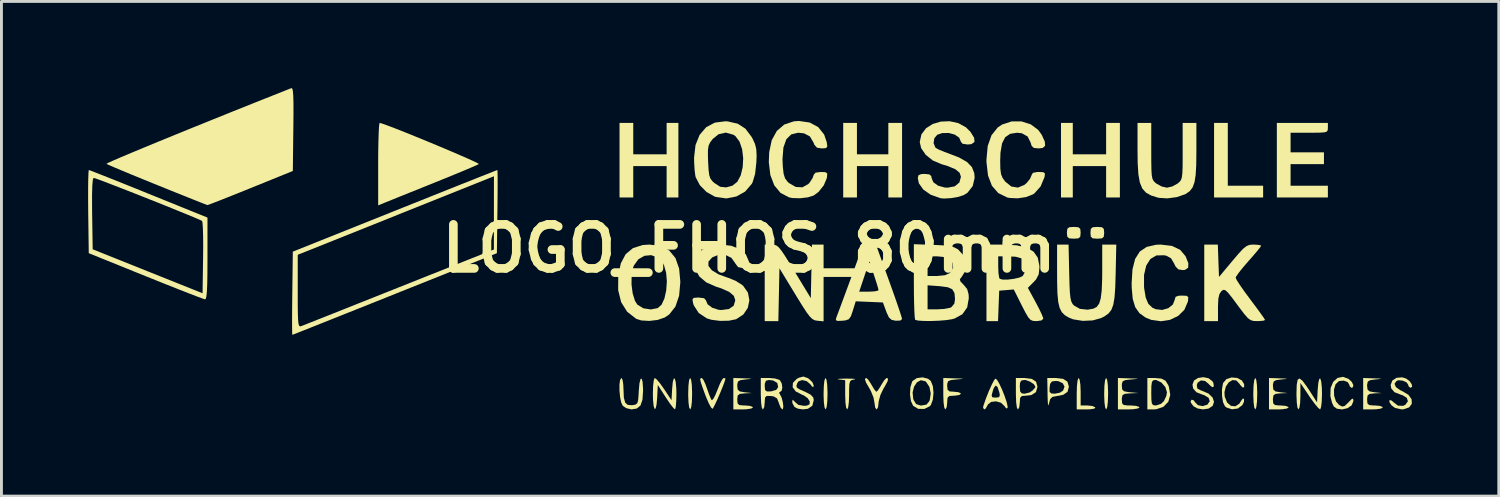
<source format=kicad_pcb>
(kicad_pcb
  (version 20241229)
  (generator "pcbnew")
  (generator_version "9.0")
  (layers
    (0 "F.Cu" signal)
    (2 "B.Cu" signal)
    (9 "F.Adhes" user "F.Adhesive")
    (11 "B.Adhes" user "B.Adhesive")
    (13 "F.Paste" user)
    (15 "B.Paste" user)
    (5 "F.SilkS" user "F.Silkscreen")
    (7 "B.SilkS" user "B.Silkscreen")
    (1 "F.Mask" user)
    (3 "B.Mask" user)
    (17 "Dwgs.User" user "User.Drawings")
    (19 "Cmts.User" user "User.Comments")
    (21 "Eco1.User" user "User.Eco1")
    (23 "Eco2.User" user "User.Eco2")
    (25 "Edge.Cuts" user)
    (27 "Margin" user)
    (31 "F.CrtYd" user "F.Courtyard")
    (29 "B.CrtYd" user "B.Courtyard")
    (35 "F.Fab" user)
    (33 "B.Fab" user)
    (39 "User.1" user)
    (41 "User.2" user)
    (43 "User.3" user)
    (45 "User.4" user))
  (footprint "LOGO_FHOS_80mm"
    (layer "F.Cu")
    (at 22.875 5.551)
    (property "Reference" "LOGO_FHOS_80mm" (at 0 0 0) (layer "F.SilkS") (effects (font (size 1.524 1.524) (thickness 0.3))))
    (attr board_only exclude_from_pos_files exclude_from_bom)
    (fp_poly (pts (xy 16.571 -2.173) (xy 17.794 -2.173) (xy 17.794 -1.766) (xy 16.096 -1.766) (xy 16.096 -4.347) (xy 16.571 -4.347)) (stroke (width 0) (type solid)) (fill yes) (layer "F.SilkS"))
    (fp_poly (pts (xy -4.007 -3.26) (xy -2.852 -3.26) (xy -2.852 -4.347) (xy -2.445 -4.347) (xy -2.445 -1.766) (xy -2.852 -1.766) (xy -2.852 -2.852) (xy -4.007 -2.852) (xy -4.007 -1.766) (xy -4.482 -1.766) (xy -4.482 -4.347) (xy -4.007 -4.347)) (stroke (width 0) (type solid)) (fill yes) (layer "F.SilkS"))
    (fp_poly (pts (xy 3.735 -3.26) (xy 4.822 -3.26) (xy 4.822 -4.347) (xy 5.297 -4.347) (xy 5.297 -1.766) (xy 4.822 -1.766) (xy 4.822 -2.852) (xy 3.735 -2.852) (xy 3.735 -1.766) (xy 3.26 -1.766) (xy 3.26 -4.347) (xy 3.735 -4.347)) (stroke (width 0) (type solid)) (fill yes) (layer "F.SilkS"))
    (fp_poly (pts (xy 11.206 -3.26) (xy 12.36 -3.26) (xy 12.36 -4.347) (xy 12.836 -4.347) (xy 12.836 -1.766) (xy 12.36 -1.766) (xy 12.36 -2.852) (xy 11.206 -2.852) (xy 11.206 -1.766) (xy 10.798 -1.766) (xy 10.798 -4.347) (xy 11.206 -4.347)) (stroke (width 0) (type solid)) (fill yes) (layer "F.SilkS"))
    (fp_poly (pts (xy 11.4 -0.736) (xy 11.465 -0.678) (xy 11.478 -0.543) (xy 11.464 -0.406) (xy 11.397 -0.35) (xy 11.24 -0.34) (xy 11.08 -0.351) (xy 11.015 -0.409) (xy 11.002 -0.543) (xy 11.015 -0.68) (xy 11.083 -0.736) (xy 11.24 -0.747)) (stroke (width 0) (type solid)) (fill yes) (layer "F.SilkS"))
    (fp_poly (pts (xy 12.215 -0.736) (xy 12.28 -0.678) (xy 12.293 -0.543) (xy 12.279 -0.406) (xy 12.212 -0.35) (xy 12.055 -0.34) (xy 11.895 -0.351) (xy 11.83 -0.409) (xy 11.817 -0.543) (xy 11.83 -0.68) (xy 11.898 -0.736) (xy 12.055 -0.747)) (stroke (width 0) (type solid)) (fill yes) (layer "F.SilkS"))
    (fp_poly (pts (xy -2.004 4.546) (xy -1.98 4.719) (xy -1.97 4.977) (xy -1.97 5.026) (xy -1.977 5.295) (xy -1.999 5.484) (xy -2.031 5.567) (xy -2.037 5.569) (xy -2.071 5.505) (xy -2.095 5.332) (xy -2.105 5.074) (xy -2.105 5.026) (xy -2.097 4.757) (xy -2.076 4.568) (xy -2.044 4.484) (xy -2.037 4.482)) (stroke (width 0) (type solid)) (fill yes) (layer "F.SilkS"))
    (fp_poly (pts (xy 2.682 4.546) (xy 2.706 4.719) (xy 2.716 4.977) (xy 2.717 5.026) (xy 2.709 5.295) (xy 2.687 5.484) (xy 2.655 5.567) (xy 2.649 5.569) (xy 2.615 5.505) (xy 2.591 5.332) (xy 2.581 5.074) (xy 2.581 5.026) (xy 2.589 4.757) (xy 2.61 4.568) (xy 2.643 4.484) (xy 2.649 4.482)) (stroke (width 0) (type solid)) (fill yes) (layer "F.SilkS"))
    (fp_poly (pts (xy 12.394 4.546) (xy 12.418 4.719) (xy 12.428 4.977) (xy 12.428 5.026) (xy 12.42 5.295) (xy 12.399 5.484) (xy 12.367 5.567) (xy 12.36 5.569) (xy 12.327 5.505) (xy 12.303 5.332) (xy 12.293 5.074) (xy 12.293 5.026) (xy 12.3 4.757) (xy 12.322 4.568) (xy 12.354 4.484) (xy 12.36 4.482)) (stroke (width 0) (type solid)) (fill yes) (layer "F.SilkS"))
    (fp_poly (pts (xy 17.556 4.546) (xy 17.579 4.719) (xy 17.59 4.977) (xy 17.59 5.026) (xy 17.582 5.295) (xy 17.56 5.484) (xy 17.528 5.567) (xy 17.522 5.569) (xy 17.488 5.505) (xy 17.465 5.332) (xy 17.454 5.074) (xy 17.454 5.026) (xy 17.462 4.757) (xy 17.484 4.568) (xy 17.516 4.484) (xy 17.522 4.482)) (stroke (width 0) (type solid)) (fill yes) (layer "F.SilkS"))
    (fp_poly (pts (xy 11.444 4.545) (xy 11.469 4.714) (xy 11.478 4.957) (xy 11.478 5.433) (xy 11.711 5.433) (xy 11.88 5.451) (xy 11.982 5.495) (xy 11.987 5.501) (xy 11.953 5.543) (xy 11.802 5.566) (xy 11.685 5.569) (xy 11.342 5.569) (xy 11.342 5.026) (xy 11.35 4.757) (xy 11.371 4.568) (xy 11.404 4.484) (xy 11.41 4.482)) (stroke (width 0) (type solid)) (fill yes) (layer "F.SilkS"))
    (fp_poly (pts (xy 20.035 -4.177) (xy 20.03 -4.098) (xy 20 -4.048) (xy 19.918 -4.021) (xy 19.76 -4.01) (xy 19.499 -4.007) (xy 19.39 -4.007) (xy 18.744 -4.007) (xy 18.744 -3.328) (xy 19.899 -3.328) (xy 19.899 -2.92) (xy 18.744 -2.92) (xy 18.744 -2.173) (xy 20.035 -2.173) (xy 20.035 -1.766) (xy 18.269 -1.766) (xy 18.269 -4.347) (xy 20.035 -4.347)) (stroke (width 0) (type solid)) (fill yes) (layer "F.SilkS"))
    (fp_poly (pts (xy 3.565 4.506) (xy 3.673 4.515) (xy 3.667 4.528) (xy 3.65 4.531) (xy 3.555 4.551) (xy 3.499 4.596) (xy 3.473 4.695) (xy 3.464 4.88) (xy 3.464 5.064) (xy 3.455 5.319) (xy 3.432 5.497) (xy 3.399 5.569) (xy 3.396 5.569) (xy 3.361 5.506) (xy 3.338 5.335) (xy 3.328 5.085) (xy 3.328 5.064) (xy 3.328 4.559) (xy 3.107 4.531) (xy 3.06 4.518) (xy 3.132 4.509) (xy 3.308 4.504) (xy 3.362 4.503)) (stroke (width 0) (type solid)) (fill yes) (layer "F.SilkS"))
    (fp_poly (pts (xy 0.868 -0.131) (xy 0.945 -0.107) (xy 1.024 -0.045) (xy 1.119 0.07) (xy 1.245 0.256) (xy 1.415 0.529) (xy 1.575 0.791) (xy 2.139 1.718) (xy 2.158 0.791) (xy 2.177 -0.136) (xy 2.581 -0.136) (xy 2.581 2.521) (xy 2.363 2.5) (xy 2.274 2.484) (xy 2.192 2.441) (xy 2.103 2.355) (xy 1.992 2.208) (xy 1.845 1.982) (xy 1.646 1.66) (xy 1.599 1.582) (xy 1.053 0.685) (xy 1.034 1.599) (xy 1.015 2.513) (xy 0.543 2.513) (xy 0.543 -0.136) (xy 0.777 -0.136)) (stroke (width 0) (type solid)) (fill yes) (layer "F.SilkS"))
    (fp_poly (pts (xy -0.816 4.497) (xy -0.815 4.5) (xy -0.84 4.595) (xy -0.905 4.769) (xy -0.993 4.985) (xy -1.089 5.208) (xy -1.178 5.399) (xy -1.243 5.523) (xy -1.265 5.549) (xy -1.316 5.5) (xy -1.396 5.352) (xy -1.489 5.134) (xy -1.513 5.072) (xy -1.614 4.795) (xy -1.671 4.622) (xy -1.69 4.528) (xy -1.675 4.49) (xy -1.635 4.482) (xy -1.582 4.541) (xy -1.51 4.694) (xy -1.457 4.839) (xy -1.384 5.047) (xy -1.321 5.2) (xy -1.292 5.25) (xy -1.246 5.22) (xy -1.174 5.09) (xy -1.093 4.893) (xy -1.007 4.682) (xy -0.929 4.534) (xy -0.879 4.482)) (stroke (width 0) (type solid)) (fill yes) (layer "F.SilkS"))
    (fp_poly (pts (xy -0.187 4.494) (xy 0.011 4.502) (xy 0.079 4.509) (xy 0.024 4.519) (xy -0.119 4.532) (xy -0.3 4.557) (xy -0.384 4.606) (xy -0.407 4.71) (xy -0.407 4.754) (xy -0.392 4.884) (xy -0.321 4.947) (xy -0.153 4.976) (xy -0.153 4.976) (xy 0.102 5.003) (xy -0.153 5.014) (xy -0.32 5.032) (xy -0.392 5.087) (xy -0.407 5.214) (xy -0.407 5.229) (xy -0.397 5.36) (xy -0.339 5.418) (xy -0.194 5.433) (xy -0.136 5.433) (xy 0.034 5.448) (xy 0.129 5.486) (xy 0.136 5.501) (xy 0.075 5.54) (xy -0.081 5.564) (xy -0.204 5.569) (xy -0.543 5.569) (xy -0.543 4.482)) (stroke (width 0) (type solid)) (fill yes) (layer "F.SilkS"))
    (fp_poly (pts (xy 7.114 4.495) (xy 7.328 4.502) (xy 7.411 4.508) (xy 7.37 4.516) (xy 7.211 4.53) (xy 7.182 4.532) (xy 6.987 4.554) (xy 6.892 4.594) (xy 6.862 4.679) (xy 6.859 4.758) (xy 6.873 4.892) (xy 6.941 4.947) (xy 7.097 4.958) (xy 7.254 4.975) (xy 7.333 5.017) (xy 7.335 5.026) (xy 7.275 5.071) (xy 7.128 5.093) (xy 7.097 5.094) (xy 6.938 5.104) (xy 6.872 5.163) (xy 6.859 5.313) (xy 6.859 5.331) (xy 6.842 5.488) (xy 6.8 5.567) (xy 6.791 5.569) (xy 6.758 5.505) (xy 6.734 5.332) (xy 6.724 5.074) (xy 6.724 5.026) (xy 6.724 4.482)) (stroke (width 0) (type solid)) (fill yes) (layer "F.SilkS"))
    (fp_poly (pts (xy 10.873 4.512) (xy 11.02 4.608) (xy 11.07 4.778) (xy 11.07 4.793) (xy 11.024 4.961) (xy 10.877 5.063) (xy 10.662 5.105) (xy 10.498 5.137) (xy 10.42 5.219) (xy 10.383 5.365) (xy 10.361 5.437) (xy 10.345 5.377) (xy 10.335 5.181) (xy 10.332 5.043) (xy 10.331 4.956) (xy 10.401 4.956) (xy 10.456 5.016) (xy 10.582 5.026) (xy 10.758 4.991) (xy 10.871 4.918) (xy 10.92 4.781) (xy 10.857 4.662) (xy 10.705 4.592) (xy 10.621 4.584) (xy 10.483 4.602) (xy 10.422 4.685) (xy 10.404 4.805) (xy 10.401 4.956) (xy 10.331 4.956) (xy 10.323 4.482) (xy 10.615 4.482)) (stroke (width 0) (type solid)) (fill yes) (layer "F.SilkS"))
    (fp_poly (pts (xy 18.354 4.494) (xy 18.552 4.502) (xy 18.62 4.509) (xy 18.564 4.519) (xy 18.422 4.532) (xy 18.24 4.557) (xy 18.157 4.606) (xy 18.134 4.71) (xy 18.133 4.754) (xy 18.148 4.884) (xy 18.22 4.947) (xy 18.388 4.976) (xy 18.388 4.976) (xy 18.643 5.003) (xy 18.388 5.014) (xy 18.221 5.032) (xy 18.149 5.087) (xy 18.133 5.214) (xy 18.133 5.229) (xy 18.144 5.36) (xy 18.202 5.418) (xy 18.346 5.433) (xy 18.405 5.433) (xy 18.575 5.448) (xy 18.67 5.486) (xy 18.676 5.501) (xy 18.615 5.54) (xy 18.459 5.564) (xy 18.337 5.569) (xy 17.997 5.569) (xy 17.997 4.482)) (stroke (width 0) (type solid)) (fill yes) (layer "F.SilkS"))
    (fp_poly (pts (xy 19.157 4.579) (xy 19.31 4.785) (xy 19.39 4.906) (xy 19.661 5.328) (xy 19.681 4.905) (xy 19.705 4.644) (xy 19.738 4.512) (xy 19.774 4.502) (xy 19.806 4.611) (xy 19.827 4.832) (xy 19.831 5.026) (xy 19.823 5.287) (xy 19.802 5.477) (xy 19.772 5.566) (xy 19.765 5.569) (xy 19.698 5.516) (xy 19.581 5.376) (xy 19.435 5.176) (xy 19.391 5.111) (xy 19.084 4.654) (xy 19.084 5.111) (xy 19.075 5.348) (xy 19.05 5.511) (xy 19.016 5.569) (xy 18.982 5.505) (xy 18.959 5.332) (xy 18.948 5.074) (xy 18.948 5.026) (xy 18.957 4.719) (xy 18.989 4.544) (xy 19.053 4.498)) (stroke (width 0) (type solid)) (fill yes) (layer "F.SilkS"))
    (fp_poly (pts (xy 21.614 4.494) (xy 21.812 4.502) (xy 21.88 4.509) (xy 21.824 4.519) (xy 21.682 4.532) (xy 21.5 4.557) (xy 21.417 4.606) (xy 21.394 4.71) (xy 21.393 4.754) (xy 21.408 4.884) (xy 21.48 4.947) (xy 21.648 4.976) (xy 21.648 4.976) (xy 21.902 5.003) (xy 21.648 5.014) (xy 21.48 5.032) (xy 21.409 5.087) (xy 21.393 5.214) (xy 21.393 5.229) (xy 21.404 5.36) (xy 21.462 5.418) (xy 21.606 5.433) (xy 21.665 5.433) (xy 21.835 5.448) (xy 21.929 5.486) (xy 21.936 5.501) (xy 21.875 5.54) (xy 21.719 5.564) (xy 21.597 5.569) (xy 21.257 5.569) (xy 21.257 4.482)) (stroke (width 0) (type solid)) (fill yes) (layer "F.SilkS"))
    (fp_poly (pts (xy -4.378 4.544) (xy -4.353 4.703) (xy -4.345 4.873) (xy -4.333 5.158) (xy -4.288 5.331) (xy -4.2 5.412) (xy -4.055 5.424) (xy -4.034 5.422) (xy -3.929 5.403) (xy -3.869 5.357) (xy -3.838 5.252) (xy -3.822 5.056) (xy -3.817 4.941) (xy -3.793 4.667) (xy -3.756 4.52) (xy -3.717 4.501) (xy -3.684 4.613) (xy -3.668 4.856) (xy -3.667 4.919) (xy -3.688 5.233) (xy -3.757 5.434) (xy -3.886 5.54) (xy -4.069 5.569) (xy -4.252 5.525) (xy -4.37 5.445) (xy -4.425 5.327) (xy -4.463 5.139) (xy -4.484 4.921) (xy -4.485 4.712) (xy -4.464 4.552) (xy -4.419 4.483) (xy -4.414 4.482)) (stroke (width 0) (type solid)) (fill yes) (layer "F.SilkS"))
    (fp_poly (pts (xy -3.192 4.535) (xy -3.076 4.673) (xy -2.939 4.867) (xy -2.938 4.868) (xy -2.683 5.253) (xy -2.662 4.868) (xy -2.639 4.622) (xy -2.605 4.503) (xy -2.569 4.504) (xy -2.538 4.619) (xy -2.517 4.838) (xy -2.513 5.026) (xy -2.519 5.278) (xy -2.534 5.468) (xy -2.557 5.563) (xy -2.564 5.568) (xy -2.623 5.515) (xy -2.731 5.375) (xy -2.866 5.176) (xy -2.886 5.145) (xy -3.158 4.723) (xy -3.178 5.146) (xy -3.201 5.407) (xy -3.234 5.54) (xy -3.271 5.549) (xy -3.303 5.44) (xy -3.324 5.22) (xy -3.328 5.026) (xy -3.32 4.76) (xy -3.299 4.571) (xy -3.267 4.485) (xy -3.261 4.482)) (stroke (width 0) (type solid)) (fill yes) (layer "F.SilkS"))
    (fp_poly (pts (xy 4.814 4.507) (xy 4.796 4.594) (xy 4.706 4.763) (xy 4.65 4.856) (xy 4.547 5.072) (xy 4.488 5.288) (xy 4.483 5.348) (xy 4.464 5.499) (xy 4.42 5.568) (xy 4.414 5.569) (xy 4.368 5.51) (xy 4.345 5.365) (xy 4.344 5.348) (xy 4.307 5.152) (xy 4.215 4.927) (xy 4.175 4.856) (xy 4.055 4.648) (xy 4.012 4.53) (xy 4.039 4.485) (xy 4.059 4.482) (xy 4.122 4.536) (xy 4.212 4.671) (xy 4.24 4.72) (xy 4.33 4.87) (xy 4.398 4.953) (xy 4.41 4.958) (xy 4.465 4.904) (xy 4.552 4.77) (xy 4.579 4.72) (xy 4.674 4.569) (xy 4.75 4.487) (xy 4.765 4.482)) (stroke (width 0) (type solid)) (fill yes) (layer "F.SilkS"))
    (fp_poly (pts (xy 13.158 4.495) (xy 13.372 4.502) (xy 13.456 4.508) (xy 13.415 4.516) (xy 13.255 4.53) (xy 13.226 4.532) (xy 13.032 4.554) (xy 12.937 4.594) (xy 12.906 4.679) (xy 12.904 4.754) (xy 12.916 4.878) (xy 12.978 4.941) (xy 13.127 4.97) (xy 13.192 4.976) (xy 13.481 5.002) (xy 13.192 5.014) (xy 13.011 5.029) (xy 12.928 5.072) (xy 12.905 5.172) (xy 12.904 5.229) (xy 12.913 5.355) (xy 12.964 5.414) (xy 13.094 5.432) (xy 13.209 5.433) (xy 13.392 5.447) (xy 13.501 5.481) (xy 13.515 5.501) (xy 13.454 5.538) (xy 13.295 5.563) (xy 13.141 5.569) (xy 12.768 5.569) (xy 12.768 4.482)) (stroke (width 0) (type solid)) (fill yes) (layer "F.SilkS"))
    (fp_poly (pts (xy 14.041 4.483) (xy 14.273 4.503) (xy 14.415 4.576) (xy 14.51 4.729) (xy 14.532 4.784) (xy 14.58 5.065) (xy 14.512 5.305) (xy 14.344 5.479) (xy 14.092 5.564) (xy 14.009 5.569) (xy 13.787 5.569) (xy 13.787 4.992) (xy 13.922 4.992) (xy 13.926 5.229) (xy 13.943 5.361) (xy 13.985 5.419) (xy 14.064 5.433) (xy 14.088 5.433) (xy 14.258 5.377) (xy 14.36 5.282) (xy 14.442 5.108) (xy 14.466 4.977) (xy 14.41 4.796) (xy 14.273 4.639) (xy 14.101 4.554) (xy 14.058 4.55) (xy 13.985 4.564) (xy 13.944 4.625) (xy 13.926 4.764) (xy 13.922 4.992) (xy 13.787 4.992) (xy 13.787 4.482)) (stroke (width 0) (type solid)) (fill yes) (layer "F.SilkS"))
    (fp_poly (pts (xy -12.695 -4.322) (xy -12.504 -4.254) (xy -12.234 -4.151) (xy -11.902 -4.02) (xy -11.529 -3.869) (xy -11.133 -3.707) (xy -10.734 -3.541) (xy -10.352 -3.38) (xy -10.005 -3.231) (xy -9.713 -3.103) (xy -9.495 -3.004) (xy -9.371 -2.941) (xy -9.351 -2.923) (xy -9.427 -2.885) (xy -9.611 -2.805) (xy -9.885 -2.689) (xy -10.231 -2.546) (xy -10.629 -2.384) (xy -10.9 -2.274) (xy -11.335 -2.099) (xy -11.739 -1.937) (xy -12.092 -1.795) (xy -12.372 -1.681) (xy -12.559 -1.606) (xy -12.615 -1.583) (xy -12.836 -1.492) (xy -12.836 -2.919) (xy -12.834 -3.343) (xy -12.827 -3.717) (xy -12.817 -4.021) (xy -12.805 -4.235) (xy -12.79 -4.34) (xy -12.785 -4.347)) (stroke (width 0) (type solid)) (fill yes) (layer "F.SilkS"))
    (fp_poly (pts (xy 16.894 4.48) (xy 17.057 4.566) (xy 17.136 4.694) (xy 17.138 4.802) (xy 17.081 4.809) (xy 16.997 4.718) (xy 16.979 4.686) (xy 16.864 4.566) (xy 16.731 4.555) (xy 16.603 4.633) (xy 16.503 4.779) (xy 16.455 4.975) (xy 16.464 5.125) (xy 16.547 5.331) (xy 16.68 5.446) (xy 16.832 5.462) (xy 16.971 5.371) (xy 17.027 5.279) (xy 17.09 5.194) (xy 17.134 5.205) (xy 17.131 5.307) (xy 17.074 5.422) (xy 16.919 5.538) (xy 16.717 5.566) (xy 16.524 5.503) (xy 16.474 5.462) (xy 16.408 5.326) (xy 16.372 5.111) (xy 16.369 4.874) (xy 16.404 4.671) (xy 16.411 4.652) (xy 16.524 4.52) (xy 16.701 4.464)) (stroke (width 0) (type solid)) (fill yes) (layer "F.SilkS"))
    (fp_poly (pts (xy 6.197 4.508) (xy 6.292 4.586) (xy 6.363 4.764) (xy 6.385 4.999) (xy 6.362 5.235) (xy 6.294 5.416) (xy 6.26 5.457) (xy 6.066 5.554) (xy 5.854 5.549) (xy 5.681 5.445) (xy 5.604 5.281) (xy 5.571 5.048) (xy 5.575 4.982) (xy 5.662 4.982) (xy 5.682 5.198) (xy 5.698 5.246) (xy 5.785 5.386) (xy 5.93 5.432) (xy 5.976 5.433) (xy 6.143 5.403) (xy 6.238 5.288) (xy 6.255 5.246) (xy 6.289 5.018) (xy 6.243 4.789) (xy 6.129 4.617) (xy 6.095 4.592) (xy 5.945 4.559) (xy 5.811 4.633) (xy 5.711 4.784) (xy 5.662 4.982) (xy 5.575 4.982) (xy 5.585 4.804) (xy 5.645 4.611) (xy 5.661 4.586) (xy 5.808 4.486) (xy 6.007 4.46)) (stroke (width 0) (type solid)) (fill yes) (layer "F.SilkS"))
    (fp_poly (pts (xy 20.751 4.512) (xy 20.865 4.62) (xy 20.918 4.733) (xy 20.895 4.81) (xy 20.85 4.822) (xy 20.789 4.767) (xy 20.782 4.725) (xy 20.724 4.626) (xy 20.588 4.573) (xy 20.427 4.587) (xy 20.417 4.59) (xy 20.301 4.699) (xy 20.246 4.884) (xy 20.251 5.097) (xy 20.315 5.293) (xy 20.423 5.415) (xy 20.53 5.471) (xy 20.618 5.45) (xy 20.736 5.338) (xy 20.745 5.328) (xy 20.857 5.213) (xy 20.906 5.194) (xy 20.918 5.263) (xy 20.918 5.285) (xy 20.859 5.428) (xy 20.714 5.527) (xy 20.529 5.57) (xy 20.348 5.545) (xy 20.241 5.47) (xy 20.179 5.34) (xy 20.129 5.146) (xy 20.122 5.098) (xy 20.13 4.828) (xy 20.22 4.615) (xy 20.37 4.48) (xy 20.559 4.442)) (stroke (width 0) (type solid)) (fill yes) (layer "F.SilkS"))
    (fp_poly (pts (xy 8.586 4.549) (xy 8.667 4.689) (xy 8.759 4.886) (xy 8.846 5.105) (xy 8.915 5.31) (xy 8.95 5.464) (xy 8.948 5.517) (xy 8.902 5.537) (xy 8.838 5.45) (xy 8.718 5.337) (xy 8.549 5.29) (xy 8.381 5.31) (xy 8.266 5.4) (xy 8.252 5.433) (xy 8.189 5.543) (xy 8.141 5.569) (xy 8.101 5.517) (xy 8.111 5.448) (xy 8.202 5.185) (xy 8.244 5.079) (xy 8.398 5.079) (xy 8.415 5.146) (xy 8.507 5.161) (xy 8.537 5.161) (xy 8.655 5.146) (xy 8.681 5.071) (xy 8.662 4.975) (xy 8.6 4.79) (xy 8.538 4.741) (xy 8.473 4.827) (xy 8.44 4.922) (xy 8.398 5.079) (xy 8.244 5.079) (xy 8.305 4.926) (xy 8.405 4.705) (xy 8.487 4.552) (xy 8.531 4.502)) (stroke (width 0) (type solid)) (fill yes) (layer "F.SilkS"))
    (fp_poly (pts (xy 9.787 4.513) (xy 9.934 4.609) (xy 9.983 4.779) (xy 9.983 4.788) (xy 9.93 4.973) (xy 9.77 5.073) (xy 9.596 5.094) (xy 9.446 5.105) (xy 9.384 5.167) (xy 9.372 5.321) (xy 9.372 5.331) (xy 9.355 5.488) (xy 9.313 5.567) (xy 9.304 5.569) (xy 9.271 5.505) (xy 9.247 5.332) (xy 9.237 5.074) (xy 9.236 5.026) (xy 9.236 4.788) (xy 9.372 4.788) (xy 9.385 4.949) (xy 9.442 5.015) (xy 9.537 5.026) (xy 9.712 4.983) (xy 9.809 4.919) (xy 9.893 4.825) (xy 9.916 4.788) (xy 9.859 4.698) (xy 9.728 4.608) (xy 9.579 4.554) (xy 9.537 4.55) (xy 9.425 4.569) (xy 9.38 4.651) (xy 9.372 4.788) (xy 9.236 4.788) (xy 9.236 4.482) (xy 9.528 4.482)) (stroke (width 0) (type solid)) (fill yes) (layer "F.SilkS"))
    (fp_poly (pts (xy 11.082 0.847) (xy 11.092 1.237) (xy 11.105 1.515) (xy 11.125 1.704) (xy 11.153 1.829) (xy 11.195 1.913) (xy 11.246 1.972) (xy 11.452 2.089) (xy 11.72 2.118) (xy 11.926 2.08) (xy 12.037 2.019) (xy 12.119 1.906) (xy 12.174 1.723) (xy 12.207 1.451) (xy 12.222 1.073) (xy 12.225 0.778) (xy 12.225 -0.136) (xy 12.712 -0.136) (xy 12.689 0.9) (xy 12.675 1.356) (xy 12.65 1.697) (xy 12.608 1.945) (xy 12.542 2.122) (xy 12.444 2.248) (xy 12.308 2.346) (xy 12.193 2.405) (xy 11.898 2.489) (xy 11.554 2.505) (xy 11.226 2.453) (xy 11.084 2.399) (xy 10.935 2.312) (xy 10.826 2.204) (xy 10.75 2.055) (xy 10.701 1.844) (xy 10.674 1.549) (xy 10.664 1.151) (xy 10.663 0.886) (xy 10.663 -0.136) (xy 11.06 -0.136)) (stroke (width 0) (type solid)) (fill yes) (layer "F.SilkS"))
    (fp_poly (pts (xy 22.739 4.499) (xy 22.861 4.588) (xy 22.937 4.698) (xy 22.951 4.789) (xy 22.892 4.822) (xy 22.827 4.767) (xy 22.819 4.721) (xy 22.762 4.635) (xy 22.629 4.574) (xy 22.482 4.56) (xy 22.416 4.582) (xy 22.342 4.681) (xy 22.389 4.796) (xy 22.543 4.907) (xy 22.617 4.94) (xy 22.826 5.067) (xy 22.934 5.221) (xy 22.94 5.376) (xy 22.847 5.5) (xy 22.656 5.565) (xy 22.584 5.569) (xy 22.362 5.519) (xy 22.242 5.433) (xy 22.166 5.319) (xy 22.164 5.251) (xy 22.236 5.258) (xy 22.294 5.31) (xy 22.461 5.439) (xy 22.64 5.446) (xy 22.722 5.404) (xy 22.805 5.287) (xy 22.767 5.169) (xy 22.621 5.078) (xy 22.57 5.063) (xy 22.341 4.974) (xy 22.228 4.842) (xy 22.208 4.723) (xy 22.266 4.57) (xy 22.411 4.476) (xy 22.604 4.459)) (stroke (width 0) (type solid)) (fill yes) (layer "F.SilkS"))
    (fp_poly (pts (xy 15.902 4.49) (xy 16.038 4.593) (xy 16.072 4.654) (xy 16.089 4.775) (xy 16.033 4.8) (xy 15.937 4.72) (xy 15.918 4.695) (xy 15.785 4.584) (xy 15.64 4.567) (xy 15.529 4.642) (xy 15.498 4.729) (xy 15.518 4.846) (xy 15.64 4.913) (xy 15.668 4.921) (xy 15.902 5.02) (xy 16.045 5.158) (xy 16.094 5.309) (xy 16.048 5.446) (xy 15.904 5.541) (xy 15.713 5.569) (xy 15.525 5.537) (xy 15.387 5.462) (xy 15.302 5.351) (xy 15.281 5.292) (xy 15.319 5.232) (xy 15.394 5.257) (xy 15.438 5.322) (xy 15.539 5.423) (xy 15.701 5.455) (xy 15.86 5.406) (xy 15.866 5.402) (xy 15.946 5.286) (xy 15.907 5.169) (xy 15.761 5.078) (xy 15.711 5.063) (xy 15.484 4.975) (xy 15.371 4.845) (xy 15.349 4.71) (xy 15.404 4.567) (xy 15.543 4.481) (xy 15.723 4.454)) (stroke (width 0) (type solid)) (fill yes) (layer "F.SilkS"))
    (fp_poly (pts (xy -15.811 -5.536) (xy -15.789 -5.457) (xy -15.775 -5.3) (xy -15.768 -5.051) (xy -15.767 -4.697) (xy -15.771 -4.222) (xy -15.772 -4.134) (xy -15.79 -2.683) (xy -17.25 -2.091) (xy -17.666 -1.923) (xy -18.039 -1.774) (xy -18.35 -1.651) (xy -18.583 -1.561) (xy -18.718 -1.511) (xy -18.744 -1.503) (xy -18.814 -1.528) (xy -18.993 -1.598) (xy -19.264 -1.706) (xy -19.611 -1.845) (xy -20.018 -2.008) (xy -20.468 -2.19) (xy -20.489 -2.198) (xy -20.942 -2.382) (xy -21.352 -2.55) (xy -21.704 -2.696) (xy -21.98 -2.813) (xy -22.165 -2.893) (xy -22.241 -2.931) (xy -22.241 -2.931) (xy -22.187 -2.962) (xy -22.018 -3.039) (xy -21.745 -3.157) (xy -21.38 -3.311) (xy -20.933 -3.497) (xy -20.416 -3.71) (xy -19.841 -3.945) (xy -19.218 -4.199) (xy -18.558 -4.465) (xy -17.874 -4.741) (xy -17.176 -5.02) (xy -16.475 -5.299) (xy -15.84 -5.551)) (stroke (width 0) (type solid)) (fill yes) (layer "F.SilkS"))
    (fp_poly (pts (xy 2.03 4.484) (xy 2.069 4.508) (xy 2.191 4.625) (xy 2.238 4.739) (xy 2.223 4.805) (xy 2.171 4.763) (xy 2.127 4.703) (xy 1.995 4.59) (xy 1.84 4.554) (xy 1.711 4.599) (xy 1.671 4.658) (xy 1.64 4.753) (xy 1.658 4.816) (xy 1.749 4.875) (xy 1.936 4.958) (xy 2.131 5.058) (xy 2.223 5.156) (xy 2.241 5.247) (xy 2.191 5.442) (xy 2.039 5.547) (xy 1.868 5.569) (xy 1.692 5.544) (xy 1.576 5.487) (xy 1.504 5.357) (xy 1.496 5.301) (xy 1.509 5.234) (xy 1.561 5.278) (xy 1.584 5.308) (xy 1.708 5.412) (xy 1.893 5.444) (xy 1.991 5.441) (xy 2.094 5.395) (xy 2.103 5.297) (xy 2.033 5.183) (xy 1.896 5.084) (xy 1.838 5.061) (xy 1.616 4.946) (xy 1.509 4.801) (xy 1.52 4.649) (xy 1.654 4.511) (xy 1.727 4.472) (xy 1.882 4.432)) (stroke (width 0) (type solid)) (fill yes) (layer "F.SilkS"))
    (fp_poly (pts (xy 13.922 -3.367) (xy 13.923 -2.984) (xy 13.928 -2.713) (xy 13.94 -2.531) (xy 13.963 -2.414) (xy 14.002 -2.338) (xy 14.059 -2.28) (xy 14.101 -2.246) (xy 14.284 -2.146) (xy 14.466 -2.105) (xy 14.651 -2.148) (xy 14.83 -2.246) (xy 14.9 -2.305) (xy 14.949 -2.368) (xy 14.98 -2.459) (xy 14.998 -2.601) (xy 15.007 -2.819) (xy 15.009 -3.136) (xy 15.009 -3.367) (xy 15.009 -4.347) (xy 15.484 -4.347) (xy 15.484 -3.358) (xy 15.479 -2.895) (xy 15.459 -2.547) (xy 15.419 -2.294) (xy 15.353 -2.114) (xy 15.256 -1.987) (xy 15.123 -1.893) (xy 15.093 -1.877) (xy 14.807 -1.779) (xy 14.479 -1.735) (xy 14.182 -1.754) (xy 14.16 -1.759) (xy 13.921 -1.833) (xy 13.741 -1.933) (xy 13.612 -2.076) (xy 13.527 -2.282) (xy 13.476 -2.57) (xy 13.452 -2.958) (xy 13.447 -3.394) (xy 13.447 -4.347) (xy 13.922 -4.347)) (stroke (width 0) (type solid)) (fill yes) (layer "F.SilkS"))
    (fp_poly (pts (xy -3.061 -0.084) (xy -2.76 0.071) (xy -2.546 0.331) (xy -2.419 0.695) (xy -2.377 1.156) (xy -2.42 1.637) (xy -2.549 2.013) (xy -2.763 2.284) (xy -2.919 2.389) (xy -3.166 2.473) (xy -3.455 2.507) (xy -3.729 2.49) (xy -3.905 2.434) (xy -4.218 2.189) (xy -4.426 1.858) (xy -4.529 1.443) (xy -4.528 1.246) (xy -4.067 1.246) (xy -4.027 1.555) (xy -3.948 1.811) (xy -3.867 1.94) (xy -3.66 2.07) (xy -3.397 2.109) (xy -3.161 2.063) (xy -3.028 1.946) (xy -2.928 1.73) (xy -2.866 1.452) (xy -2.844 1.144) (xy -2.868 0.843) (xy -2.941 0.583) (xy -2.984 0.499) (xy -3.165 0.31) (xy -3.388 0.23) (xy -3.621 0.253) (xy -3.831 0.374) (xy -3.985 0.589) (xy -4.01 0.654) (xy -4.063 0.93) (xy -4.067 1.246) (xy -4.528 1.246) (xy -4.526 0.943) (xy -4.526 0.937) (xy -4.437 0.512) (xy -4.269 0.196) (xy -4.018 -0.013) (xy -3.682 -0.12) (xy -3.449 -0.136)) (stroke (width 0) (type solid)) (fill yes) (layer "F.SilkS"))
    (fp_poly (pts (xy 0.9 4.5) (xy 1.046 4.545) (xy 1.073 4.564) (xy 1.135 4.679) (xy 1.152 4.82) (xy 1.125 4.93) (xy 1.078 4.958) (xy 1.039 4.992) (xy 1.069 5.043) (xy 1.129 5.163) (xy 1.171 5.324) (xy 1.188 5.473) (xy 1.17 5.562) (xy 1.155 5.569) (xy 1.096 5.51) (xy 1.039 5.368) (xy 1.034 5.348) (xy 0.97 5.189) (xy 0.855 5.121) (xy 0.76 5.106) (xy 0.616 5.102) (xy 0.556 5.154) (xy 0.543 5.299) (xy 0.543 5.327) (xy 0.527 5.486) (xy 0.485 5.566) (xy 0.475 5.569) (xy 0.442 5.505) (xy 0.418 5.332) (xy 0.408 5.074) (xy 0.407 5.026) (xy 0.407 4.758) (xy 0.543 4.758) (xy 0.556 4.9) (xy 0.621 4.949) (xy 0.763 4.945) (xy 0.942 4.894) (xy 1.008 4.796) (xy 0.978 4.653) (xy 0.838 4.569) (xy 0.696 4.551) (xy 0.587 4.576) (xy 0.547 4.676) (xy 0.543 4.758) (xy 0.407 4.758) (xy 0.407 4.482) (xy 0.7 4.482)) (stroke (width 0) (type solid)) (fill yes) (layer "F.SilkS"))
    (fp_poly (pts (xy 4.845 1.113) (xy 4.985 1.503) (xy 5.107 1.852) (xy 5.205 2.138) (xy 5.27 2.34) (xy 5.297 2.439) (xy 5.297 2.442) (xy 5.237 2.494) (xy 5.078 2.5) (xy 4.936 2.47) (xy 4.844 2.389) (xy 4.764 2.22) (xy 4.747 2.173) (xy 4.634 1.868) (xy 3.693 1.828) (xy 3.592 2.154) (xy 3.525 2.348) (xy 3.453 2.448) (xy 3.34 2.488) (xy 3.231 2.5) (xy 3.065 2.507) (xy 3.004 2.478) (xy 3.018 2.4) (xy 3.019 2.399) (xy 3.057 2.297) (xy 3.133 2.094) (xy 3.236 1.816) (xy 3.355 1.494) (xy 3.813 1.494) (xy 4.147 1.494) (xy 4.34 1.484) (xy 4.461 1.459) (xy 4.482 1.439) (xy 4.462 1.352) (xy 4.408 1.174) (xy 4.332 0.941) (xy 4.324 0.915) (xy 4.165 0.445) (xy 3.813 1.494) (xy 3.355 1.494) (xy 3.356 1.491) (xy 3.485 1.143) (xy 3.611 0.8) (xy 3.725 0.488) (xy 3.819 0.234) (xy 3.881 0.064) (xy 3.885 0.051) (xy 3.963 -0.084) (xy 4.094 -0.133) (xy 4.173 -0.136) (xy 4.393 -0.136)) (stroke (width 0) (type solid)) (fill yes) (layer "F.SilkS"))
    (fp_poly (pts (xy 9.262 -0.111) (xy 9.61 -0.031) (xy 9.85 0.11) (xy 9.994 0.317) (xy 10.05 0.599) (xy 10.051 0.666) (xy 10.027 0.895) (xy 9.936 1.068) (xy 9.851 1.162) (xy 9.651 1.362) (xy 9.918 1.853) (xy 10.042 2.09) (xy 10.136 2.288) (xy 10.183 2.411) (xy 10.186 2.428) (xy 10.125 2.489) (xy 9.959 2.513) (xy 9.95 2.513) (xy 9.835 2.507) (xy 9.747 2.472) (xy 9.667 2.385) (xy 9.57 2.223) (xy 9.438 1.966) (xy 9.163 1.418) (xy 8.911 1.439) (xy 8.659 1.46) (xy 8.639 1.986) (xy 8.619 2.513) (xy 8.218 2.513) (xy 8.218 0.634) (xy 8.625 0.634) (xy 8.634 0.847) (xy 8.657 1.001) (xy 8.676 1.048) (xy 8.779 1.077) (xy 8.962 1.076) (xy 9.173 1.049) (xy 9.362 1.005) (xy 9.472 0.953) (xy 9.544 0.828) (xy 9.576 0.646) (xy 9.576 0.639) (xy 9.544 0.457) (xy 9.437 0.343) (xy 9.233 0.285) (xy 8.969 0.272) (xy 8.625 0.272) (xy 8.625 0.634) (xy 8.218 0.634) (xy 8.218 -0.136) (xy 8.797 -0.136)) (stroke (width 0) (type solid)) (fill yes) (layer "F.SilkS"))
    (fp_poly (pts (xy 14.636 -0.09) (xy 14.924 0.047) (xy 15.11 0.269) (xy 15.206 0.511) (xy 15.199 0.667) (xy 15.089 0.74) (xy 15.01 0.747) (xy 14.86 0.723) (xy 14.763 0.624) (xy 14.71 0.513) (xy 14.607 0.34) (xy 14.455 0.254) (xy 14.369 0.234) (xy 14.102 0.24) (xy 13.893 0.362) (xy 13.748 0.59) (xy 13.672 0.915) (xy 13.672 1.327) (xy 13.676 1.374) (xy 13.73 1.698) (xy 13.82 1.914) (xy 13.961 2.049) (xy 14.076 2.101) (xy 14.3 2.127) (xy 14.511 2.066) (xy 14.67 1.939) (xy 14.737 1.767) (xy 14.737 1.755) (xy 14.768 1.669) (xy 14.88 1.634) (xy 14.984 1.63) (xy 15.145 1.637) (xy 15.204 1.684) (xy 15.195 1.805) (xy 15.187 1.846) (xy 15.068 2.122) (xy 14.854 2.333) (xy 14.572 2.469) (xy 14.251 2.518) (xy 13.919 2.47) (xy 13.723 2.389) (xy 13.511 2.236) (xy 13.367 2.03) (xy 13.281 1.747) (xy 13.246 1.365) (xy 13.243 1.2) (xy 13.272 0.723) (xy 13.364 0.361) (xy 13.525 0.105) (xy 13.763 -0.055) (xy 14.084 -0.129) (xy 14.248 -0.136)) (stroke (width 0) (type solid)) (fill yes) (layer "F.SilkS"))
    (fp_poly (pts (xy 16.266 0.985) (xy 16.735 0.424) (xy 16.947 0.175) (xy 17.098 0.013) (xy 17.214 -0.08) (xy 17.317 -0.124) (xy 17.432 -0.136) (xy 17.465 -0.136) (xy 17.631 -0.126) (xy 17.721 -0.103) (xy 17.726 -0.095) (xy 17.683 -0.03) (xy 17.569 0.111) (xy 17.403 0.305) (xy 17.284 0.439) (xy 17.095 0.658) (xy 16.946 0.845) (xy 16.858 0.974) (xy 16.843 1.013) (xy 16.882 1.095) (xy 16.988 1.261) (xy 17.146 1.487) (xy 17.34 1.749) (xy 17.352 1.766) (xy 17.546 2.025) (xy 17.706 2.244) (xy 17.817 2.401) (xy 17.861 2.474) (xy 17.861 2.476) (xy 17.801 2.499) (xy 17.65 2.512) (xy 17.588 2.513) (xy 17.462 2.508) (xy 17.362 2.479) (xy 17.264 2.407) (xy 17.144 2.271) (xy 16.978 2.053) (xy 16.894 1.939) (xy 16.704 1.684) (xy 16.575 1.525) (xy 16.488 1.445) (xy 16.425 1.429) (xy 16.367 1.461) (xy 16.352 1.474) (xy 16.283 1.573) (xy 16.245 1.733) (xy 16.232 1.989) (xy 16.232 2.048) (xy 16.232 2.513) (xy 15.756 2.513) (xy 15.756 -0.136) (xy 16.226 -0.136)) (stroke (width 0) (type solid)) (fill yes) (layer "F.SilkS"))
    (fp_poly (pts (xy 2.101 -4.36) (xy 2.395 -4.201) (xy 2.599 -3.946) (xy 2.69 -3.681) (xy 2.71 -3.532) (xy 2.664 -3.474) (xy 2.519 -3.464) (xy 2.518 -3.464) (xy 2.354 -3.488) (xy 2.263 -3.588) (xy 2.231 -3.669) (xy 2.107 -3.878) (xy 1.906 -3.985) (xy 1.702 -4.007) (xy 1.462 -3.95) (xy 1.291 -3.78) (xy 1.19 -3.495) (xy 1.158 -3.094) (xy 1.169 -2.84) (xy 1.197 -2.589) (xy 1.247 -2.427) (xy 1.338 -2.307) (xy 1.384 -2.265) (xy 1.619 -2.13) (xy 1.849 -2.118) (xy 2.051 -2.23) (xy 2.1 -2.284) (xy 2.198 -2.434) (xy 2.241 -2.552) (xy 2.241 -2.556) (xy 2.305 -2.626) (xy 2.487 -2.649) (xy 2.649 -2.641) (xy 2.708 -2.595) (xy 2.698 -2.474) (xy 2.69 -2.431) (xy 2.588 -2.187) (xy 2.408 -1.96) (xy 2.241 -1.835) (xy 2.034 -1.77) (xy 1.763 -1.739) (xy 1.499 -1.747) (xy 1.382 -1.771) (xy 1.091 -1.924) (xy 0.875 -2.184) (xy 0.738 -2.542) (xy 0.685 -2.989) (xy 0.698 -3.333) (xy 0.786 -3.749) (xy 0.963 -4.07) (xy 1.221 -4.291) (xy 1.553 -4.402) (xy 1.727 -4.414)) (stroke (width 0) (type solid)) (fill yes) (layer "F.SilkS"))
    (fp_poly (pts (xy 9.432 -4.398) (xy 9.748 -4.298) (xy 10.008 -4.106) (xy 10.131 -3.935) (xy 10.237 -3.701) (xy 10.249 -3.554) (xy 10.164 -3.48) (xy 10.023 -3.464) (xy 9.859 -3.48) (xy 9.78 -3.554) (xy 9.746 -3.668) (xy 9.642 -3.877) (xy 9.445 -3.988) (xy 9.28 -4.007) (xy 9.039 -3.97) (xy 8.867 -3.852) (xy 8.758 -3.638) (xy 8.703 -3.317) (xy 8.693 -3.031) (xy 8.699 -2.756) (xy 8.723 -2.574) (xy 8.776 -2.441) (xy 8.869 -2.314) (xy 9.08 -2.145) (xy 9.306 -2.108) (xy 9.532 -2.202) (xy 9.613 -2.272) (xy 9.727 -2.414) (xy 9.779 -2.536) (xy 9.78 -2.544) (xy 9.826 -2.619) (xy 9.978 -2.648) (xy 10.025 -2.649) (xy 10.185 -2.641) (xy 10.242 -2.597) (xy 10.23 -2.485) (xy 10.224 -2.462) (xy 10.091 -2.146) (xy 9.878 -1.909) (xy 9.83 -1.875) (xy 9.593 -1.781) (xy 9.297 -1.736) (xy 9.011 -1.75) (xy 8.929 -1.769) (xy 8.625 -1.92) (xy 8.407 -2.171) (xy 8.272 -2.525) (xy 8.219 -2.984) (xy 8.218 -3.074) (xy 8.261 -3.545) (xy 8.391 -3.917) (xy 8.606 -4.187) (xy 8.76 -4.291) (xy 9.091 -4.399)) (stroke (width 0) (type solid)) (fill yes) (layer "F.SilkS"))
    (fp_poly (pts (xy -0.735 -4.398) (xy -0.392 -4.32) (xy -0.127 -4.149) (xy 0.087 -3.866) (xy 0.124 -3.799) (xy 0.208 -3.616) (xy 0.251 -3.439) (xy 0.263 -3.218) (xy 0.254 -2.981) (xy 0.21 -2.58) (xy 0.125 -2.295) (xy 0.094 -2.236) (xy -0.134 -1.971) (xy -0.438 -1.8) (xy -0.786 -1.733) (xy -1.145 -1.783) (xy -1.189 -1.797) (xy -1.469 -1.955) (xy -1.7 -2.189) (xy -1.843 -2.459) (xy -1.86 -2.527) (xy -1.883 -2.71) (xy -1.898 -2.963) (xy -1.902 -3.145) (xy -1.895 -3.203) (xy -1.423 -3.203) (xy -1.416 -3.003) (xy -1.4 -2.719) (xy -1.376 -2.534) (xy -1.333 -2.414) (xy -1.26 -2.322) (xy -1.202 -2.269) (xy -0.998 -2.137) (xy -0.791 -2.115) (xy -0.578 -2.173) (xy -0.408 -2.305) (xy -0.288 -2.53) (xy -0.219 -2.815) (xy -0.202 -3.127) (xy -0.238 -3.432) (xy -0.328 -3.698) (xy -0.471 -3.89) (xy -0.54 -3.937) (xy -0.804 -4.011) (xy -1.056 -3.954) (xy -1.257 -3.79) (xy -1.346 -3.674) (xy -1.398 -3.563) (xy -1.421 -3.419) (xy -1.423 -3.203) (xy -1.895 -3.203) (xy -1.852 -3.581) (xy -1.709 -3.935) (xy -1.483 -4.197) (xy -1.183 -4.357) (xy -0.819 -4.403)) (stroke (width 0) (type solid)) (fill yes) (layer "F.SilkS"))
    (fp_poly (pts (xy -8.705 -2.652) (xy -8.702 -2.471) (xy -8.701 -2.194) (xy -8.703 -1.841) (xy -8.707 -1.43) (xy -8.709 -1.277) (xy -8.727 0.163) (xy -12.258 1.575) (xy -12.912 1.837) (xy -13.529 2.083) (xy -14.095 2.309) (xy -14.599 2.51) (xy -15.031 2.682) (xy -15.378 2.82) (xy -15.63 2.92) (xy -15.776 2.976) (xy -15.808 2.988) (xy -15.812 2.924) (xy -15.815 2.743) (xy -15.816 2.466) (xy -15.814 2.112) (xy -15.81 1.702) (xy -15.808 1.549) (xy -15.807 1.474) (xy -15.62 1.474) (xy -15.62 1.916) (xy -15.616 2.239) (xy -15.608 2.462) (xy -15.594 2.6) (xy -15.572 2.672) (xy -15.54 2.695) (xy -15.501 2.688) (xy -15.417 2.655) (xy -15.218 2.576) (xy -14.918 2.457) (xy -14.529 2.303) (xy -14.063 2.118) (xy -13.532 1.906) (xy -12.948 1.674) (xy -12.325 1.426) (xy -12.107 1.339) (xy -8.831 0.034) (xy -8.83 -1.233) (xy -8.829 -2.5) (xy -15.62 0.218) (xy -15.62 1.474) (xy -15.807 1.474) (xy -15.79 0.109) (xy -12.259 -1.304) (xy -11.605 -1.566) (xy -10.989 -1.812) (xy -10.423 -2.038) (xy -9.918 -2.239) (xy -9.486 -2.411) (xy -9.139 -2.548) (xy -8.887 -2.648) (xy -8.741 -2.705) (xy -8.71 -2.717)) (stroke (width 0) (type solid)) (fill yes) (layer "F.SilkS"))
    (fp_poly (pts (xy -22.78 -2.692) (xy -22.599 -2.622) (xy -22.323 -2.513) (xy -21.966 -2.372) (xy -21.545 -2.203) (xy -21.073 -2.013) (xy -20.778 -1.893) (xy -18.744 -1.07) (xy -18.744 0.348) (xy -18.746 0.845) (xy -18.752 1.219) (xy -18.764 1.484) (xy -18.781 1.654) (xy -18.804 1.741) (xy -18.829 1.76) (xy -18.911 1.733) (xy -19.103 1.662) (xy -19.389 1.552) (xy -19.752 1.41) (xy -20.178 1.241) (xy -20.65 1.052) (xy -20.884 0.958) (xy -22.853 0.162) (xy -22.872 -1.277) (xy -22.875 -1.703) (xy -22.875 -1.851) (xy -22.739 -1.851) (xy -22.738 -1.399) (xy -22.736 -1.209) (xy -22.717 0.027) (xy -20.816 0.788) (xy -18.914 1.549) (xy -18.896 0.321) (xy -18.892 -0.075) (xy -18.895 -0.422) (xy -18.903 -0.699) (xy -18.915 -0.884) (xy -18.93 -0.953) (xy -19.006 -0.991) (xy -19.19 -1.07) (xy -19.46 -1.182) (xy -19.799 -1.32) (xy -20.186 -1.477) (xy -20.602 -1.643) (xy -21.027 -1.812) (xy -21.443 -1.976) (xy -21.828 -2.126) (xy -22.165 -2.256) (xy -22.433 -2.358) (xy -22.613 -2.423) (xy -22.685 -2.445) (xy -22.712 -2.378) (xy -22.73 -2.179) (xy -22.739 -1.851) (xy -22.875 -1.851) (xy -22.875 -2.078) (xy -22.871 -2.384) (xy -22.864 -2.601) (xy -22.854 -2.708) (xy -22.85 -2.717)) (stroke (width 0) (type solid)) (fill yes) (layer "F.SilkS"))
    (fp_poly (pts (xy -0.609 -0.093) (xy -0.315 0.026) (xy -0.108 0.208) (xy -0.007 0.441) (xy 0 0.524) (xy -0.025 0.636) (xy -0.127 0.676) (xy -0.205 0.679) (xy -0.375 0.646) (xy -0.468 0.528) (xy -0.474 0.513) (xy -0.611 0.323) (xy -0.819 0.221) (xy -1.059 0.217) (xy -1.275 0.309) (xy -1.404 0.453) (xy -1.405 0.604) (xy -1.285 0.755) (xy -1.052 0.896) (xy -0.712 1.019) (xy -0.703 1.021) (xy -0.465 1.118) (xy -0.246 1.255) (xy -0.201 1.293) (xy -0.038 1.527) (xy 0.012 1.792) (xy -0.042 2.055) (xy -0.195 2.283) (xy -0.438 2.443) (xy -0.452 2.449) (xy -0.698 2.499) (xy -1.002 2.505) (xy -1.297 2.468) (xy -1.46 2.418) (xy -1.742 2.231) (xy -1.911 1.97) (xy -1.938 1.885) (xy -1.958 1.761) (xy -1.913 1.709) (xy -1.77 1.698) (xy -1.739 1.698) (xy -1.556 1.721) (xy -1.494 1.789) (xy -1.433 1.932) (xy -1.274 2.051) (xy -1.056 2.121) (xy -0.962 2.13) (xy -0.697 2.095) (xy -0.532 1.981) (xy -0.475 1.793) (xy -0.526 1.638) (xy -0.686 1.502) (xy -0.965 1.378) (xy -1.133 1.325) (xy -1.479 1.173) (xy -1.718 0.97) (xy -1.853 0.736) (xy -1.886 0.494) (xy -1.819 0.265) (xy -1.655 0.069) (xy -1.396 -0.071) (xy -1.044 -0.134) (xy -0.971 -0.136)) (stroke (width 0) (type solid)) (fill yes) (layer "F.SilkS"))
    (fp_poly (pts (xy 7.24 -4.341) (xy 7.508 -4.194) (xy 7.663 -4.04) (xy 7.792 -3.832) (xy 7.804 -3.689) (xy 7.698 -3.613) (xy 7.572 -3.599) (xy 7.394 -3.624) (xy 7.335 -3.691) (xy 7.275 -3.836) (xy 7.12 -3.943) (xy 6.91 -3.999) (xy 6.683 -3.994) (xy 6.515 -3.937) (xy 6.413 -3.816) (xy 6.388 -3.648) (xy 6.447 -3.5) (xy 6.469 -3.479) (xy 6.58 -3.418) (xy 6.768 -3.341) (xy 6.882 -3.3) (xy 7.274 -3.149) (xy 7.546 -2.993) (xy 7.715 -2.818) (xy 7.796 -2.609) (xy 7.809 -2.447) (xy 7.743 -2.162) (xy 7.566 -1.934) (xy 7.437 -1.85) (xy 7.242 -1.786) (xy 6.988 -1.743) (xy 6.745 -1.729) (xy 6.622 -1.742) (xy 6.287 -1.862) (xy 6.032 -2.04) (xy 5.878 -2.257) (xy 5.841 -2.438) (xy 5.865 -2.536) (xy 5.963 -2.576) (xy 6.078 -2.581) (xy 6.243 -2.565) (xy 6.309 -2.505) (xy 6.316 -2.449) (xy 6.378 -2.295) (xy 6.542 -2.175) (xy 6.773 -2.111) (xy 6.87 -2.105) (xy 7.122 -2.152) (xy 7.281 -2.285) (xy 7.335 -2.482) (xy 7.289 -2.622) (xy 7.141 -2.744) (xy 6.879 -2.854) (xy 6.66 -2.919) (xy 6.36 -3.047) (xy 6.117 -3.241) (xy 5.958 -3.472) (xy 5.909 -3.685) (xy 5.967 -3.95) (xy 6.126 -4.161) (xy 6.359 -4.31) (xy 6.64 -4.393) (xy 6.942 -4.405)) (stroke (width 0) (type solid)) (fill yes) (layer "F.SilkS"))
    (fp_poly (pts (xy 6.379 -0.125) (xy 6.712 -0.109) (xy 6.941 -0.083) (xy 7.099 -0.041) (xy 7.22 0.023) (xy 7.245 0.041) (xy 7.439 0.255) (xy 7.526 0.506) (xy 7.5 0.76) (xy 7.361 0.982) (xy 7.298 1.064) (xy 7.317 1.14) (xy 7.429 1.256) (xy 7.55 1.404) (xy 7.6 1.585) (xy 7.606 1.725) (xy 7.551 2.04) (xy 7.386 2.274) (xy 7.117 2.423) (xy 7.029 2.447) (xy 6.832 2.478) (xy 6.579 2.499) (xy 6.306 2.509) (xy 6.052 2.508) (xy 5.855 2.495) (xy 5.753 2.47) (xy 5.75 2.468) (xy 5.736 2.388) (xy 5.724 2.195) (xy 5.714 1.91) (xy 5.707 1.555) (xy 5.706 1.274) (xy 6.18 1.274) (xy 6.18 2.105) (xy 6.524 2.105) (xy 6.752 2.092) (xy 6.94 2.057) (xy 7 2.035) (xy 7.107 1.906) (xy 7.13 1.746) (xy 7.11 1.54) (xy 7.035 1.412) (xy 6.88 1.341) (xy 6.617 1.306) (xy 6.593 1.304) (xy 6.18 1.274) (xy 5.706 1.274) (xy 5.705 1.152) (xy 5.705 1.137) (xy 5.705 0.951) (xy 6.18 0.951) (xy 6.515 0.951) (xy 6.784 0.925) (xy 6.95 0.85) (xy 6.956 0.844) (xy 7.065 0.67) (xy 7.052 0.507) (xy 6.932 0.375) (xy 6.719 0.291) (xy 6.515 0.272) (xy 6.18 0.272) (xy 6.18 0.951) (xy 5.705 0.951) (xy 5.705 -0.149)) (stroke (width 0) (type solid)) (fill yes) (layer "F.SilkS")))
  (gr_rect
    (start -3 -3)
    (end 48.826 14.121)
    (stroke (width 0.1) (type default))
    (fill no)
    (layer "Edge.Cuts")))
</source>
